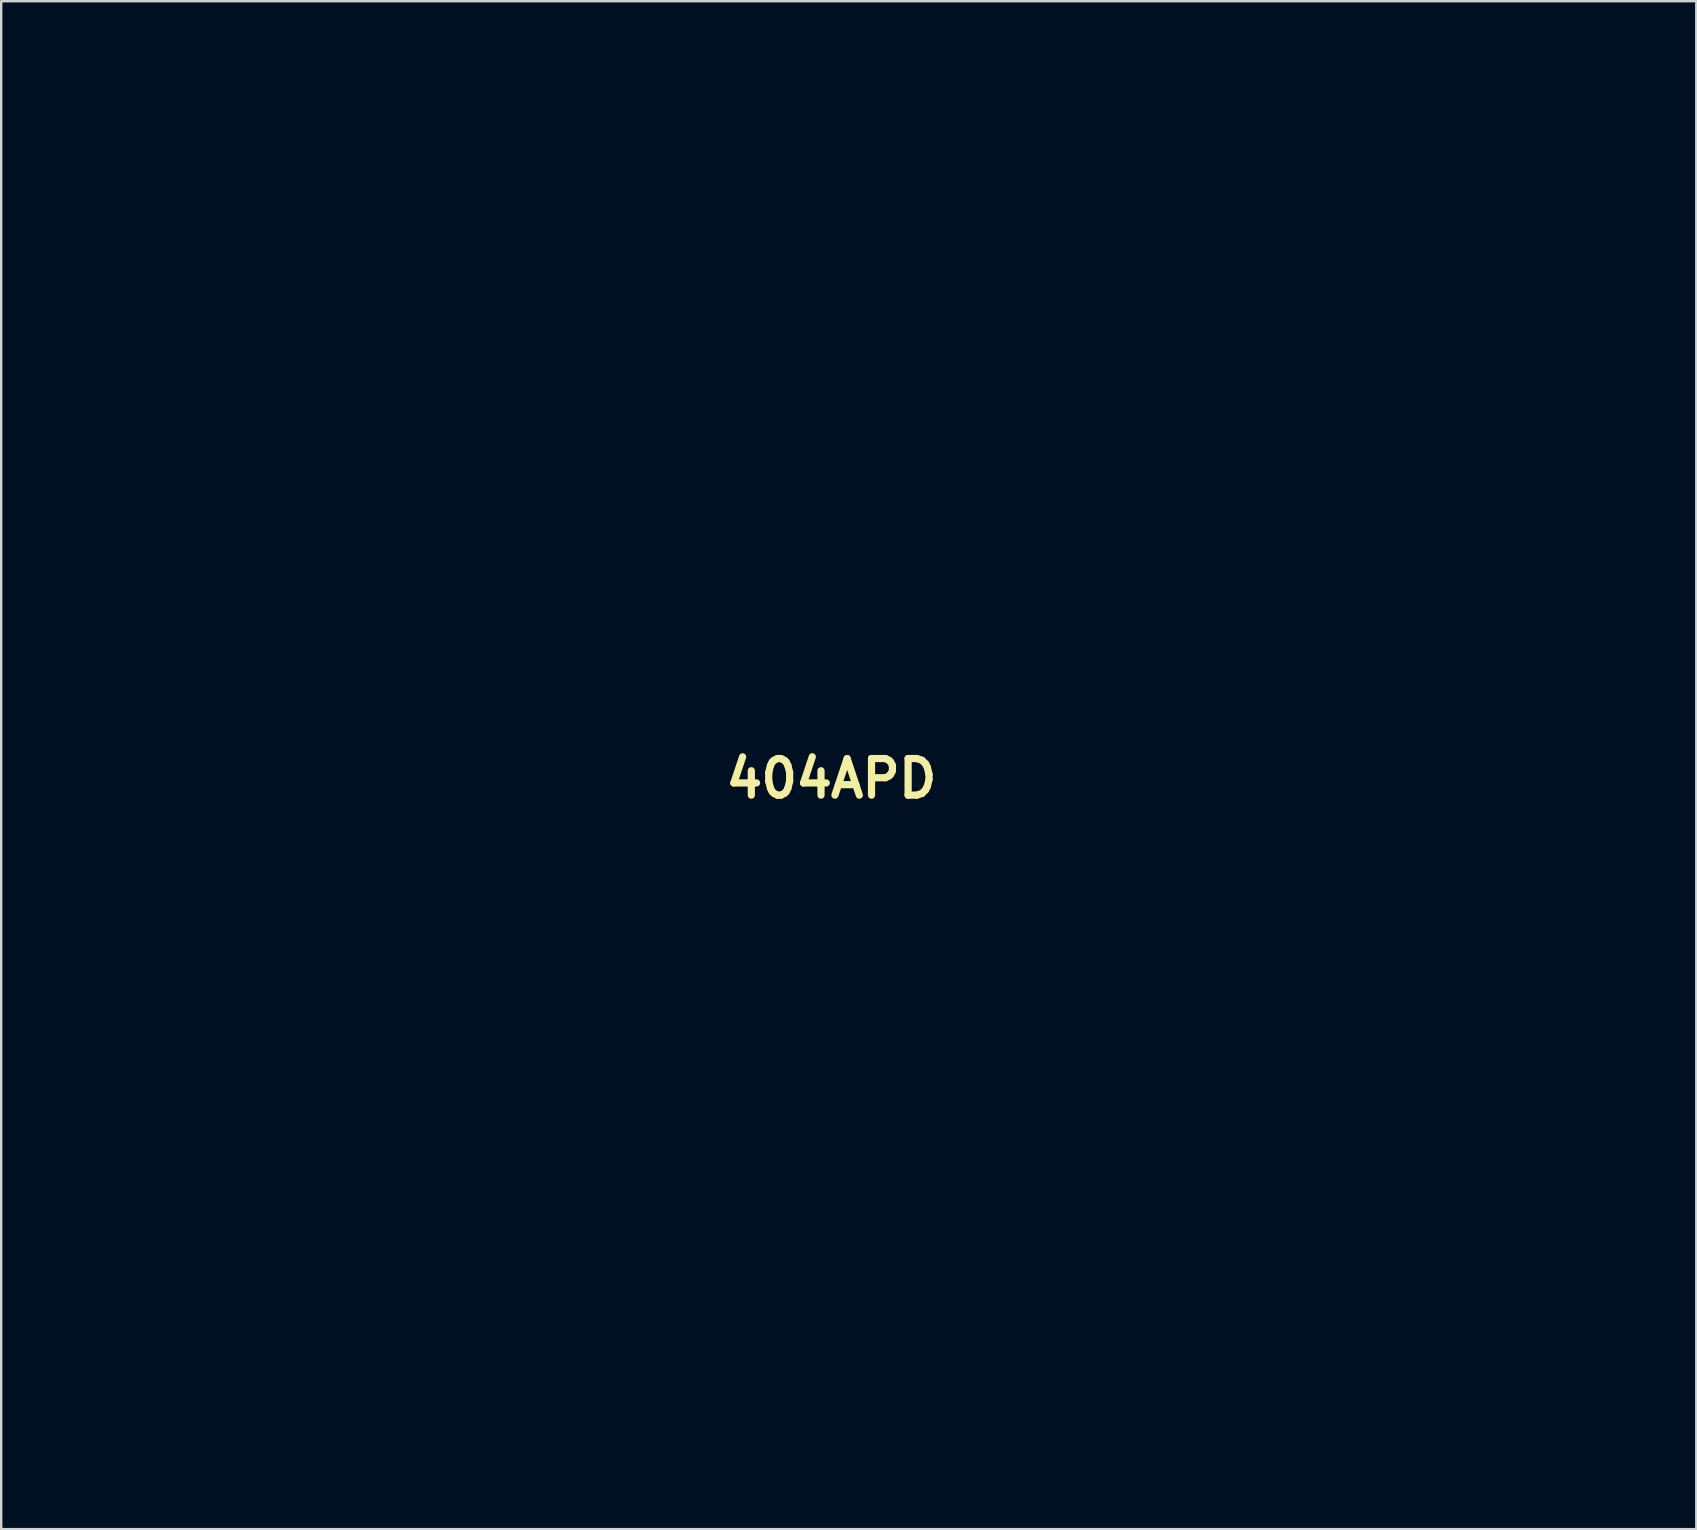
<source format=kicad_pcb>
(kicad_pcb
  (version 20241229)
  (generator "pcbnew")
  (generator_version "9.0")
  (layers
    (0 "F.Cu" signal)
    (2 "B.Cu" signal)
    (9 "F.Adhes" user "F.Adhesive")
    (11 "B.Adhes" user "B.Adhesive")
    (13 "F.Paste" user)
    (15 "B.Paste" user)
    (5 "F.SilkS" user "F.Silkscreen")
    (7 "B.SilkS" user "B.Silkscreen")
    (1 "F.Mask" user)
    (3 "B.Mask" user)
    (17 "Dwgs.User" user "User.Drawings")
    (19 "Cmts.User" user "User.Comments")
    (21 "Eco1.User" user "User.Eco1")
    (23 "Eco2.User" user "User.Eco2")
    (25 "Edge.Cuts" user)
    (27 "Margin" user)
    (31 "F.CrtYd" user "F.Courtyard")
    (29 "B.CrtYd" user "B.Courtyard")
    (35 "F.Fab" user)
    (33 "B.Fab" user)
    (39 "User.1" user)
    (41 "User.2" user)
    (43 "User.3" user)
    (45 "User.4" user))
  (footprint "404APD"
    (layer "F.Cu")
    (at 31.584 29.382)
    (property "Reference" "404APD" (at 0 0 0) (layer "F.SilkS") (effects (font (size 1.524 1.524) (thickness 0.3))))
    (attr through_hole)
    (fp_poly (pts (xy 13.214 -21.164) (xy 13.41 -21.151) (xy 13.501 -21.116) (xy 13.519 -21.05) (xy 13.506 -20.976) (xy 13.477 -20.835) (xy 13.422 -20.551) (xy 13.345 -20.144) (xy 13.25 -19.632) (xy 13.139 -19.034) (xy 13.016 -18.368) (xy 12.884 -17.654) (xy 12.748 -16.911) (xy 12.609 -16.156) (xy 12.473 -15.409) (xy 12.342 -14.689) (xy 12.219 -14.015) (xy 12.108 -13.404) (xy 12.014 -12.876) (xy 11.938 -12.45) (xy 11.884 -12.145) (xy 11.856 -11.979) (xy 11.853 -11.954) (xy 11.918 -11.901) (xy 12.122 -11.868) (xy 12.478 -11.854) (xy 12.619 -11.853) (xy 13.385 -11.853) (xy 13.327 -11.536) (xy 13.285 -11.306) (xy 13.223 -10.971) (xy 13.152 -10.589) (xy 13.127 -10.456) (xy 12.983 -9.694) (xy 12.208 -9.67) (xy 11.84 -9.656) (xy 11.608 -9.634) (xy 11.478 -9.597) (xy 11.414 -9.536) (xy 11.388 -9.458) (xy 11.358 -9.314) (xy 11.305 -9.036) (xy 11.233 -8.656) (xy 11.15 -8.206) (xy 11.089 -7.874) (xy 10.996 -7.37) (xy 10.907 -6.888) (xy 10.829 -6.469) (xy 10.769 -6.154) (xy 10.745 -6.032) (xy 10.656 -5.588) (xy 7.794 -5.588) (xy 7.849 -5.863) (xy 7.935 -6.301) (xy 8.028 -6.796) (xy 8.124 -7.321) (xy 8.218 -7.848) (xy 8.305 -8.35) (xy 8.381 -8.802) (xy 8.44 -9.175) (xy 8.479 -9.442) (xy 8.493 -9.578) (xy 8.491 -9.588) (xy 8.402 -9.602) (xy 8.161 -9.615) (xy 7.787 -9.626) (xy 7.298 -9.636) (xy 6.712 -9.644) (xy 6.047 -9.649) (xy 5.321 -9.652) (xy 5.033 -9.652) (xy 4.145 -9.653) (xy 3.415 -9.656) (xy 2.828 -9.663) (xy 2.373 -9.672) (xy 2.037 -9.685) (xy 1.807 -9.702) (xy 1.671 -9.723) (xy 1.615 -9.749) (xy 1.613 -9.758) (xy 1.631 -9.885) (xy 1.675 -10.132) (xy 1.738 -10.455) (xy 1.764 -10.583) (xy 1.912 -11.302) (xy 2.523 -11.887) (xy 5.757 -11.887) (xy 5.837 -11.87) (xy 6.053 -11.858) (xy 6.375 -11.852) (xy 6.771 -11.85) (xy 7.208 -11.853) (xy 7.654 -11.86) (xy 8.079 -11.871) (xy 8.449 -11.885) (xy 8.733 -11.901) (xy 8.899 -11.92) (xy 8.928 -11.931) (xy 8.958 -12.034) (xy 9.011 -12.272) (xy 9.081 -12.613) (xy 9.163 -13.029) (xy 9.251 -13.49) (xy 9.341 -13.968) (xy 9.425 -14.431) (xy 9.5 -14.852) (xy 9.559 -15.2) (xy 9.597 -15.446) (xy 9.608 -15.561) (xy 9.607 -15.565) (xy 9.543 -15.516) (xy 9.375 -15.366) (xy 9.122 -15.131) (xy 8.8 -14.83) (xy 8.428 -14.479) (xy 8.024 -14.096) (xy 7.605 -13.696) (xy 7.19 -13.298) (xy 6.795 -12.918) (xy 6.44 -12.574) (xy 6.141 -12.282) (xy 5.917 -12.059) (xy 5.785 -11.922) (xy 5.757 -11.887) (xy 2.523 -11.887) (xy 4.96 -14.223) (xy 5.656 -14.89) (xy 6.394 -15.597) (xy 7.149 -16.32) (xy 7.897 -17.036) (xy 8.611 -17.72) (xy 9.267 -18.348) (xy 9.84 -18.897) (xy 10.112 -19.156) (xy 12.214 -21.167) (xy 12.882 -21.167) (xy 13.214 -21.164)) (stroke (width 0.01) (type solid)) (fill no) (layer "Eco2.User"))
    (fp_poly (pts (xy -12.172 -21.164) (xy -11.982 -21.15) (xy -11.896 -21.113) (xy -11.882 -21.044) (xy -11.895 -20.976) (xy -11.92 -20.854) (xy -11.971 -20.583) (xy -12.046 -20.184) (xy -12.141 -19.673) (xy -12.253 -19.07) (xy -12.378 -18.393) (xy -12.513 -17.661) (xy -12.576 -17.314) (xy -12.72 -16.53) (xy -12.861 -15.764) (xy -12.995 -15.04) (xy -13.116 -14.381) (xy -13.222 -13.812) (xy -13.307 -13.355) (xy -13.367 -13.035) (xy -13.38 -12.971) (xy -13.449 -12.596) (xy -13.505 -12.277) (xy -13.539 -12.054) (xy -13.547 -11.976) (xy -13.514 -11.916) (xy -13.396 -11.878) (xy -13.166 -11.859) (xy -12.795 -11.853) (xy -12.785 -11.853) (xy -12.45 -11.847) (xy -12.191 -11.829) (xy -12.046 -11.804) (xy -12.028 -11.79) (xy -12.045 -11.686) (xy -12.087 -11.451) (xy -12.148 -11.119) (xy -12.221 -10.724) (xy -12.223 -10.71) (xy -12.413 -9.694) (xy -13.187 -9.67) (xy -13.563 -9.653) (xy -13.802 -9.627) (xy -13.935 -9.585) (xy -13.995 -9.521) (xy -14.002 -9.501) (xy -14.031 -9.372) (xy -14.083 -9.108) (xy -14.154 -8.738) (xy -14.237 -8.293) (xy -14.306 -7.916) (xy -14.399 -7.406) (xy -14.489 -6.918) (xy -14.568 -6.494) (xy -14.629 -6.171) (xy -14.656 -6.032) (xy -14.744 -5.588) (xy -17.606 -5.588) (xy -17.56 -5.821) (xy -17.463 -6.318) (xy -17.361 -6.856) (xy -17.26 -7.408) (xy -17.163 -7.95) (xy -17.076 -8.454) (xy -17.002 -8.896) (xy -16.946 -9.249) (xy -16.913 -9.489) (xy -16.906 -9.588) (xy -16.907 -9.588) (xy -16.996 -9.602) (xy -17.238 -9.615) (xy -17.612 -9.626) (xy -18.101 -9.636) (xy -18.688 -9.644) (xy -19.353 -9.649) (xy -20.079 -9.652) (xy -20.367 -9.652) (xy -21.11 -9.653) (xy -21.798 -9.657) (xy -22.412 -9.662) (xy -22.935 -9.669) (xy -23.349 -9.678) (xy -23.636 -9.688) (xy -23.779 -9.699) (xy -23.791 -9.703) (xy -23.777 -9.804) (xy -23.739 -10.031) (xy -23.683 -10.344) (xy -23.652 -10.515) (xy -23.513 -11.276) (xy -22.878 -11.885) (xy -19.643 -11.885) (xy -19.563 -11.868) (xy -19.347 -11.856) (xy -19.025 -11.85) (xy -18.629 -11.849) (xy -18.192 -11.853) (xy -17.746 -11.86) (xy -17.321 -11.871) (xy -16.951 -11.885) (xy -16.667 -11.902) (xy -16.501 -11.92) (xy -16.472 -11.931) (xy -16.442 -12.035) (xy -16.389 -12.273) (xy -16.319 -12.615) (xy -16.237 -13.031) (xy -16.148 -13.493) (xy -16.059 -13.97) (xy -15.975 -14.434) (xy -15.9 -14.854) (xy -15.842 -15.202) (xy -15.804 -15.448) (xy -15.793 -15.562) (xy -15.794 -15.567) (xy -15.859 -15.517) (xy -16.026 -15.367) (xy -16.28 -15.132) (xy -16.601 -14.831) (xy -16.973 -14.48) (xy -17.377 -14.096) (xy -17.795 -13.696) (xy -18.21 -13.297) (xy -18.605 -12.917) (xy -18.96 -12.572) (xy -19.259 -12.28) (xy -19.483 -12.056) (xy -19.615 -11.92) (xy -19.643 -11.885) (xy -22.878 -11.885) (xy -18.678 -15.909) (xy -17.911 -16.644) (xy -17.172 -17.35) (xy -16.473 -18.019) (xy -15.822 -18.641) (xy -15.231 -19.206) (xy -14.708 -19.704) (xy -14.265 -20.126) (xy -13.911 -20.462) (xy -13.657 -20.702) (xy -13.512 -20.838) (xy -13.494 -20.854) (xy -13.308 -21.013) (xy -13.152 -21.106) (xy -12.973 -21.151) (xy -12.713 -21.166) (xy -12.498 -21.167) (xy -12.172 -21.164)) (stroke (width 0.01) (type solid)) (fill no) (layer "Eco2.User"))
    (fp_poly (pts (xy 5.764 -29.307) (xy 6.007 -29.117) (xy 6.144 -28.846) (xy 6.15 -28.531) (xy 6.099 -28.378) (xy 6.017 -28.228) (xy 5.859 -27.97) (xy 5.647 -27.634) (xy 5.4 -27.252) (xy 5.295 -27.093) (xy 4.98 -26.614) (xy 4.633 -26.083) (xy 4.297 -25.564) (xy 4.013 -25.12) (xy 4.003 -25.104) (xy 3.801 -24.787) (xy 3.526 -24.357) (xy 3.196 -23.841) (xy 2.827 -23.268) (xy 2.44 -22.665) (xy 2.051 -22.061) (xy 1.993 -21.971) (xy 1.594 -21.353) (xy 1.28 -20.86) (xy 1.039 -20.477) (xy 0.865 -20.186) (xy 0.747 -19.971) (xy 0.677 -19.815) (xy 0.646 -19.703) (xy 0.645 -19.617) (xy 0.666 -19.542) (xy 0.676 -19.516) (xy 0.839 -19.097) (xy 0.959 -18.742) (xy 1.043 -18.409) (xy 1.099 -18.056) (xy 1.135 -17.638) (xy 1.157 -17.115) (xy 1.166 -16.808) (xy 1.154 -15.243) (xy 1.037 -13.757) (xy 0.818 -12.359) (xy 0.499 -11.061) (xy 0.084 -9.87) (xy -0.425 -8.799) (xy -1.024 -7.855) (xy -1.562 -7.205) (xy -2.117 -6.701) (xy -2.778 -6.243) (xy -3.484 -5.871) (xy -3.926 -5.698) (xy -4.208 -5.608) (xy -4.457 -5.545) (xy -4.711 -5.504) (xy -5.012 -5.48) (xy -5.401 -5.468) (xy -5.918 -5.464) (xy -5.927 -5.464) (xy -6.434 -5.465) (xy -6.808 -5.472) (xy -7.086 -5.49) (xy -7.303 -5.524) (xy -7.496 -5.578) (xy -7.702 -5.656) (xy -7.785 -5.691) (xy -8.057 -5.802) (xy -8.258 -5.878) (xy -8.347 -5.903) (xy -8.348 -5.903) (xy -8.396 -5.83) (xy -8.528 -5.627) (xy -8.736 -5.305) (xy -9.015 -4.876) (xy -9.355 -4.351) (xy -9.749 -3.741) (xy -10.19 -3.059) (xy -10.67 -2.316) (xy -11.183 -1.523) (xy -11.49 -1.048) (xy -14.615 3.789) (xy -14.009 6.784) (xy -13.859 7.526) (xy -13.682 8.397) (xy -13.487 9.363) (xy -13.281 10.386) (xy -13.07 11.431) (xy -12.862 12.462) (xy -12.664 13.442) (xy -12.583 13.843) (xy -12.419 14.652) (xy -12.264 15.414) (xy -12.121 16.11) (xy -11.993 16.726) (xy -11.883 17.243) (xy -11.797 17.646) (xy -11.736 17.917) (xy -11.704 18.041) (xy -11.703 18.045) (xy -11.659 18.096) (xy -11.571 18.106) (xy -11.412 18.065) (xy -11.156 17.969) (xy -10.775 17.809) (xy -10.733 17.791) (xy -10.37 17.625) (xy -10.068 17.469) (xy -9.859 17.341) (xy -9.778 17.262) (xy -9.758 17.167) (xy -9.709 16.921) (xy -9.635 16.539) (xy -9.539 16.038) (xy -9.422 15.433) (xy -9.29 14.739) (xy -9.143 13.971) (xy -8.986 13.145) (xy -8.82 12.277) (xy -8.675 11.513) (xy -5.896 11.513) (xy -5.594 11.562) (xy -5.355 11.603) (xy -5.176 11.64) (xy -5.165 11.643) (xy -4.974 11.659) (xy -4.661 11.655) (xy -4.274 11.632) (xy -3.859 11.595) (xy -3.461 11.548) (xy -3.127 11.495) (xy -2.983 11.463) (xy -2.254 11.212) (xy -1.666 10.873) (xy -1.213 10.439) (xy -0.889 9.904) (xy -0.685 9.26) (xy -0.668 9.175) (xy -0.613 8.5) (xy -0.703 7.886) (xy -0.929 7.349) (xy -1.284 6.903) (xy -1.759 6.563) (xy -2.167 6.394) (xy -2.412 6.328) (xy -2.673 6.288) (xy -2.991 6.271) (xy -3.409 6.273) (xy -3.738 6.283) (xy -4.155 6.304) (xy -4.511 6.332) (xy -4.773 6.364) (xy -4.904 6.396) (xy -4.91 6.4) (xy -4.944 6.501) (xy -5.003 6.746) (xy -5.083 7.116) (xy -5.178 7.59) (xy -5.285 8.146) (xy -5.4 8.762) (xy -5.442 8.996) (xy -5.896 11.513) (xy -8.675 11.513) (xy -8.65 11.381) (xy -8.478 10.474) (xy -8.306 9.57) (xy -8.139 8.685) (xy -7.978 7.834) (xy -7.827 7.034) (xy -7.688 6.298) (xy -7.565 5.644) (xy -7.46 5.085) (xy -7.377 4.638) (xy -7.318 4.318) (xy -7.286 4.14) (xy -7.281 4.108) (xy -7.2 4.084) (xy -6.968 4.052) (xy -6.603 4.014) (xy -6.123 3.973) (xy -5.548 3.929) (xy -5.08 3.897) (xy -3.746 3.855) (xy -2.546 3.917) (xy -1.479 4.081) (xy -0.546 4.349) (xy 0.252 4.719) (xy 0.917 5.192) (xy 1.447 5.767) (xy 1.843 6.445) (xy 2.104 7.225) (xy 2.203 7.808) (xy 2.24 8.794) (xy 2.12 9.719) (xy 1.851 10.576) (xy 1.438 11.358) (xy 0.887 12.056) (xy 0.203 12.664) (xy -0.609 13.173) (xy -1.543 13.576) (xy -2.19 13.772) (xy -2.793 13.89) (xy -3.507 13.969) (xy -4.276 14.007) (xy -5.048 14.001) (xy -5.765 13.948) (xy -5.769 13.947) (xy -6.332 13.883) (xy -6.52 14.904) (xy -6.589 15.298) (xy -6.642 15.627) (xy -6.672 15.858) (xy -6.676 15.958) (xy -6.675 15.959) (xy -6.591 15.935) (xy -6.369 15.847) (xy -6.023 15.704) (xy -5.568 15.513) (xy -5.021 15.278) (xy -4.396 15.009) (xy -3.71 14.711) (xy -2.977 14.391) (xy -2.213 14.057) (xy -1.433 13.714) (xy -0.653 13.369) (xy 0.112 13.03) (xy 0.846 12.704) (xy 1.534 12.396) (xy 2.161 12.114) (xy 2.71 11.865) (xy 3.168 11.655) (xy 3.517 11.492) (xy 3.744 11.381) (xy 3.831 11.33) (xy 3.832 11.33) (xy 3.856 11.233) (xy 3.906 10.99) (xy 3.979 10.623) (xy 4.07 10.152) (xy 4.101 9.989) (xy 6.858 9.989) (xy 6.916 10.058) (xy 6.964 10.05) (xy 7.065 10.006) (xy 7.301 9.902) (xy 7.653 9.747) (xy 8.101 9.549) (xy 8.624 9.317) (xy 9.204 9.06) (xy 9.476 8.94) (xy 10.072 8.675) (xy 10.617 8.431) (xy 11.092 8.216) (xy 11.479 8.04) (xy 11.758 7.91) (xy 11.909 7.836) (xy 11.931 7.823) (xy 11.898 7.747) (xy 11.764 7.589) (xy 11.558 7.38) (xy 11.507 7.332) (xy 10.853 6.836) (xy 10.111 6.484) (xy 9.663 6.351) (xy 9.395 6.306) (xy 9.047 6.274) (xy 8.66 6.254) (xy 8.275 6.248) (xy 7.933 6.256) (xy 7.674 6.279) (xy 7.54 6.317) (xy 7.535 6.321) (xy 7.505 6.417) (xy 7.453 6.65) (xy 7.383 6.99) (xy 7.301 7.408) (xy 7.212 7.874) (xy 7.123 8.357) (xy 7.039 8.829) (xy 6.965 9.258) (xy 6.906 9.616) (xy 6.869 9.873) (xy 6.858 9.989) (xy 4.101 9.989) (xy 4.175 9.6) (xy 4.291 8.986) (xy 4.413 8.333) (xy 4.538 7.66) (xy 4.662 6.99) (xy 4.781 6.344) (xy 4.89 5.741) (xy 4.986 5.205) (xy 5.066 4.755) (xy 5.124 4.413) (xy 5.158 4.2) (xy 5.165 4.14) (xy 5.245 4.094) (xy 5.466 4.042) (xy 5.802 3.989) (xy 6.224 3.938) (xy 6.706 3.892) (xy 7.219 3.855) (xy 7.578 3.837) (xy 8.788 3.84) (xy 9.929 3.954) (xy 10.989 4.173) (xy 11.955 4.495) (xy 12.813 4.913) (xy 13.551 5.425) (xy 14.157 6.025) (xy 14.228 6.113) (xy 14.417 6.344) (xy 14.569 6.515) (xy 14.65 6.588) (xy 14.736 6.558) (xy 14.966 6.466) (xy 15.328 6.314) (xy 15.81 6.11) (xy 16.401 5.856) (xy 17.089 5.56) (xy 17.864 5.225) (xy 18.713 4.856) (xy 19.625 4.459) (xy 20.589 4.038) (xy 21.592 3.599) (xy 22.624 3.147) (xy 23.674 2.686) (xy 24.729 2.222) (xy 25.778 1.76) (xy 26.81 1.304) (xy 27.813 0.859) (xy 28.775 0.431) (xy 29.125 0.275) (xy 29.775 -0.012) (xy 30.388 -0.277) (xy 30.942 -0.513) (xy 31.419 -0.711) (xy 31.799 -0.862) (xy 32.061 -0.959) (xy 32.177 -0.992) (xy 32.508 -0.961) (xy 32.784 -0.795) (xy 32.967 -0.529) (xy 33.02 -0.258) (xy 33.009 -0.076) (xy 32.966 0.082) (xy 32.873 0.226) (xy 32.714 0.37) (xy 32.471 0.524) (xy 32.127 0.702) (xy 31.665 0.914) (xy 31.069 1.174) (xy 30.843 1.27) (xy 30.517 1.41) (xy 30.072 1.602) (xy 29.518 1.842) (xy 28.87 2.123) (xy 28.14 2.44) (xy 27.339 2.788) (xy 26.482 3.161) (xy 25.58 3.554) (xy 24.646 3.961) (xy 23.693 4.377) (xy 22.734 4.795) (xy 21.78 5.212) (xy 20.844 5.62) (xy 19.94 6.016) (xy 19.079 6.392) (xy 18.275 6.744) (xy 17.539 7.067) (xy 16.885 7.354) (xy 16.325 7.6) (xy 15.872 7.8) (xy 15.538 7.948) (xy 15.336 8.038) (xy 15.277 8.066) (xy 15.283 8.152) (xy 15.314 8.363) (xy 15.363 8.657) (xy 15.374 8.721) (xy 15.46 9.446) (xy 15.485 10.27) (xy 15.449 11.135) (xy 15.362 11.918) (xy 15.098 13.181) (xy 14.697 14.344) (xy 14.164 15.404) (xy 13.504 16.356) (xy 12.719 17.196) (xy 11.815 17.919) (xy 10.795 18.522) (xy 9.663 18.999) (xy 8.424 19.346) (xy 8.38 19.356) (xy 8.13 19.399) (xy 7.807 19.435) (xy 7.395 19.464) (xy 6.876 19.489) (xy 6.23 19.509) (xy 5.441 19.527) (xy 5.047 19.533) (xy 2.348 19.576) (xy 2.394 19.376) (xy 2.441 19.152) (xy 2.508 18.804) (xy 2.592 18.357) (xy 2.688 17.831) (xy 2.792 17.251) (xy 2.818 17.103) (xy 5.592 17.103) (xy 6.458 17.101) (xy 6.907 17.087) (xy 7.37 17.052) (xy 7.771 17.001) (xy 7.905 16.976) (xy 8.523 16.794) (xy 9.172 16.513) (xy 9.788 16.166) (xy 10.305 15.787) (xy 10.352 15.746) (xy 10.992 15.067) (xy 11.546 14.264) (xy 11.997 13.368) (xy 12.327 12.41) (xy 12.365 12.261) (xy 12.428 11.945) (xy 12.485 11.549) (xy 12.535 11.107) (xy 12.574 10.65) (xy 12.601 10.212) (xy 12.614 9.825) (xy 12.609 9.521) (xy 12.586 9.335) (xy 12.564 9.293) (xy 12.477 9.318) (xy 12.255 9.401) (xy 11.92 9.535) (xy 11.492 9.71) (xy 10.992 9.918) (xy 10.44 10.15) (xy 9.859 10.396) (xy 9.267 10.648) (xy 8.687 10.897) (xy 8.139 11.135) (xy 7.643 11.352) (xy 7.221 11.54) (xy 6.893 11.689) (xy 6.68 11.791) (xy 6.618 11.825) (xy 6.567 11.932) (xy 6.495 12.198) (xy 6.402 12.614) (xy 6.292 13.171) (xy 6.165 13.861) (xy 6.093 14.267) (xy 5.985 14.891) (xy 5.884 15.47) (xy 5.795 15.98) (xy 5.721 16.398) (xy 5.668 16.699) (xy 5.639 16.861) (xy 5.637 16.87) (xy 5.592 17.103) (xy 2.818 17.103) (xy 2.9 16.637) (xy 3.009 16.014) (xy 3.114 15.403) (xy 3.213 14.826) (xy 3.3 14.307) (xy 3.371 13.867) (xy 3.424 13.53) (xy 3.454 13.317) (xy 3.458 13.251) (xy 3.374 13.275) (xy 3.151 13.361) (xy 2.806 13.501) (xy 2.355 13.69) (xy 1.813 13.921) (xy 1.197 14.186) (xy 0.524 14.479) (xy 0.12 14.655) (xy -0.673 15.003) (xy -1.496 15.364) (xy -2.319 15.725) (xy -3.111 16.072) (xy -3.843 16.392) (xy -4.483 16.671) (xy -5.001 16.897) (xy -5.038 16.913) (xy -5.564 17.144) (xy -6.041 17.357) (xy -6.445 17.541) (xy -6.753 17.687) (xy -6.944 17.784) (xy -6.994 17.815) (xy -7.052 17.939) (xy -7.12 18.182) (xy -7.184 18.494) (xy -7.192 18.542) (xy -7.249 18.915) (xy -7.295 19.185) (xy -7.356 19.368) (xy -7.457 19.48) (xy -7.625 19.539) (xy -7.886 19.56) (xy -8.264 19.561) (xy -8.772 19.558) (xy -9.286 19.557) (xy -9.654 19.552) (xy -9.901 19.541) (xy -10.051 19.519) (xy -10.128 19.485) (xy -10.157 19.436) (xy -10.16 19.389) (xy -10.173 19.276) (xy -10.233 19.233) (xy -10.369 19.259) (xy -10.614 19.358) (xy -10.764 19.424) (xy -10.917 19.492) (xy -11.212 19.622) (xy -11.634 19.807) (xy -12.17 20.042) (xy -12.805 20.319) (xy -13.526 20.635) (xy -14.319 20.981) (xy -15.169 21.352) (xy -16.063 21.742) (xy -16.595 21.974) (xy -18.562 22.833) (xy -20.375 23.625) (xy -22.033 24.352) (xy -23.538 25.013) (xy -24.89 25.609) (xy -26.09 26.14) (xy -27.138 26.606) (xy -28.036 27.008) (xy -28.784 27.346) (xy -29.382 27.621) (xy -29.832 27.832) (xy -30.134 27.98) (xy -30.29 28.065) (xy -30.293 28.067) (xy -30.644 28.243) (xy -30.955 28.259) (xy -31.243 28.113) (xy -31.333 28.031) (xy -31.535 27.722) (xy -31.579 27.376) (xy -31.483 27.067) (xy -31.404 26.932) (xy -31.235 26.662) (xy -30.982 26.262) (xy -30.648 25.738) (xy -30.541 25.569) (xy -28.579 25.569) (xy -28.496 25.537) (xy -28.275 25.444) (xy -27.934 25.299) (xy -27.489 25.108) (xy -26.958 24.88) (xy -26.357 24.621) (xy -25.705 24.339) (xy -25.639 24.31) (xy -24.81 23.95) (xy -23.879 23.546) (xy -22.896 23.117) (xy -21.909 22.686) (xy -20.966 22.274) (xy -20.116 21.901) (xy -19.897 21.805) (xy -19.18 21.49) (xy -18.455 21.172) (xy -17.748 20.862) (xy -17.09 20.573) (xy -16.509 20.319) (xy -16.034 20.112) (xy -15.79 20.006) (xy -15.356 19.813) (xy -14.974 19.638) (xy -14.672 19.493) (xy -14.479 19.393) (xy -14.425 19.357) (xy -14.394 19.271) (xy -14.391 19.087) (xy -14.416 18.787) (xy -14.472 18.355) (xy -14.547 17.842) (xy -14.765 16.423) (xy -17.56 16.445) (xy -20.354 16.468) (xy -21.247 18.01) (xy -22.14 19.553) (xy -23.451 19.577) (xy -24.762 19.6) (xy -25.907 21.383) (xy -26.279 21.963) (xy -26.676 22.578) (xy -27.069 23.188) (xy -27.432 23.751) (xy -27.74 24.227) (xy -27.832 24.368) (xy -28.086 24.762) (xy -28.302 25.102) (xy -28.465 25.365) (xy -28.56 25.527) (xy -28.579 25.569) (xy -30.541 25.569) (xy -30.237 25.096) (xy -29.753 24.342) (xy -29.2 23.482) (xy -28.58 22.522) (xy -27.9 21.468) (xy -27.161 20.326) (xy -26.369 19.103) (xy -25.526 17.803) (xy -24.638 16.433) (xy -23.707 14.999) (xy -23.368 14.478) (xy -23.258 14.309) (xy -19.148 14.309) (xy -15.067 14.309) (xy -15.11 14.118) (xy -15.133 13.989) (xy -15.177 13.715) (xy -15.239 13.317) (xy -15.316 12.819) (xy -15.403 12.242) (xy -15.498 11.608) (xy -15.538 11.345) (xy -15.634 10.702) (xy -15.722 10.113) (xy -15.801 9.597) (xy -15.866 9.178) (xy -15.913 8.874) (xy -15.941 8.708) (xy -15.946 8.685) (xy -15.961 8.665) (xy -15.991 8.683) (xy -16.045 8.75) (xy -16.128 8.879) (xy -16.249 9.082) (xy -16.415 9.374) (xy -16.634 9.767) (xy -16.913 10.273) (xy -17.259 10.905) (xy -17.569 11.472) (xy -17.887 12.055) (xy -18.186 12.6) (xy -18.455 13.089) (xy -18.682 13.498) (xy -18.855 13.809) (xy -18.962 13.999) (xy -18.983 14.034) (xy -19.148 14.309) (xy -23.258 14.309) (xy -22.228 12.722) (xy -21.165 11.086) (xy -20.165 9.545) (xy -19.214 8.078) (xy -18.296 6.661) (xy -17.397 5.272) (xy -16.502 3.887) (xy -15.596 2.484) (xy -14.664 1.04) (xy -13.692 -0.468) (xy -12.664 -2.062) (xy -12.575 -2.201) (xy -12.124 -2.901) (xy -11.684 -3.584) (xy -11.267 -4.23) (xy -10.886 -4.822) (xy -10.553 -5.34) (xy -10.278 -5.765) (xy -10.076 -6.079) (xy -9.987 -6.216) (xy -9.5 -6.971) (xy -9.738 -7.444) (xy -9.959 -7.932) (xy -10.045 -8.195) (xy -6.731 -8.195) (xy -6.725 -8.139) (xy -6.705 -8.106) (xy -6.437 -7.918) (xy -6.055 -7.822) (xy -5.589 -7.821) (xy -5.103 -7.909) (xy -4.631 -8.074) (xy -4.222 -8.316) (xy -3.816 -8.672) (xy -3.752 -8.737) (xy -3.277 -9.33) (xy -2.854 -10.076) (xy -2.486 -10.964) (xy -2.177 -11.987) (xy -1.931 -13.132) (xy -1.823 -13.81) (xy -1.775 -14.212) (xy -1.734 -14.648) (xy -1.703 -15.084) (xy -1.683 -15.484) (xy -1.677 -15.815) (xy -1.686 -16.043) (xy -1.707 -16.128) (xy -1.758 -16.066) (xy -1.892 -15.874) (xy -2.101 -15.564) (xy -2.376 -15.15) (xy -2.709 -14.644) (xy -3.091 -14.058) (xy -3.515 -13.406) (xy -3.972 -12.701) (xy -4.289 -12.21) (xy -4.838 -11.356) (xy -5.301 -10.633) (xy -5.686 -10.029) (xy -5.999 -9.533) (xy -6.246 -9.135) (xy -6.434 -8.821) (xy -6.57 -8.582) (xy -6.66 -8.405) (xy -6.712 -8.28) (xy -6.731 -8.195) (xy -10.045 -8.195) (xy -10.116 -8.41) (xy -10.22 -8.926) (xy -10.283 -9.534) (xy -10.304 -9.906) (xy -10.306 -10.607) (xy -7.449 -10.607) (xy -7.436 -10.381) (xy -7.406 -10.282) (xy -7.386 -10.287) (xy -7.326 -10.372) (xy -7.182 -10.586) (xy -6.964 -10.917) (xy -6.679 -11.351) (xy -6.337 -11.875) (xy -5.946 -12.476) (xy -5.514 -13.142) (xy -5.05 -13.858) (xy -4.704 -14.393) (xy -2.106 -18.414) (xy -2.34 -18.601) (xy -2.746 -18.822) (xy -3.232 -18.919) (xy -3.759 -18.894) (xy -4.291 -18.746) (xy -4.627 -18.582) (xy -5.09 -18.224) (xy -5.534 -17.71) (xy -5.952 -17.054) (xy -6.339 -16.269) (xy -6.686 -15.367) (xy -6.987 -14.363) (xy -7.2 -13.452) (xy -7.261 -13.105) (xy -7.315 -12.692) (xy -7.363 -12.24) (xy -7.402 -11.779) (xy -7.43 -11.334) (xy -7.446 -10.935) (xy -7.449 -10.607) (xy -10.306 -10.607) (xy -10.307 -11.222) (xy -10.207 -12.53) (xy -10.009 -13.809) (xy -9.719 -15.04) (xy -9.343 -16.204) (xy -8.887 -17.281) (xy -8.358 -18.25) (xy -7.762 -19.094) (xy -7.317 -19.589) (xy -6.598 -20.222) (xy -5.85 -20.704) (xy -5.053 -21.042) (xy -4.185 -21.244) (xy -3.224 -21.32) (xy -2.752 -21.314) (xy -2.253 -21.288) (xy -1.871 -21.249) (xy -1.554 -21.186) (xy -1.247 -21.093) (xy -1.144 -21.055) (xy -0.853 -20.957) (xy -0.626 -20.898) (xy -0.506 -20.891) (xy -0.5 -20.895) (xy -0.44 -20.982) (xy -0.299 -21.195) (xy -0.088 -21.518) (xy 0.183 -21.935) (xy 0.504 -22.43) (xy 0.863 -22.985) (xy 1.25 -23.584) (xy 1.655 -24.212) (xy 2.067 -24.852) (xy 2.476 -25.488) (xy 2.871 -26.103) (xy 3.242 -26.68) (xy 3.578 -27.205) (xy 3.868 -27.66) (xy 4.103 -28.028) (xy 4.271 -28.295) (xy 4.34 -28.406) (xy 4.602 -28.814) (xy 4.816 -29.093) (xy 5.01 -29.265) (xy 5.207 -29.352) (xy 5.434 -29.377) (xy 5.44 -29.377) (xy 5.764 -29.307)) (stroke (width 0.01) (type solid)) (fill no) (layer "Eco2.User")))
  (gr_rect
    (start -3 -3)
    (end 67.609 60.646)
    (stroke (width 0.1) (type default))
    (fill no)
    (layer "Edge.Cuts")))
</source>
